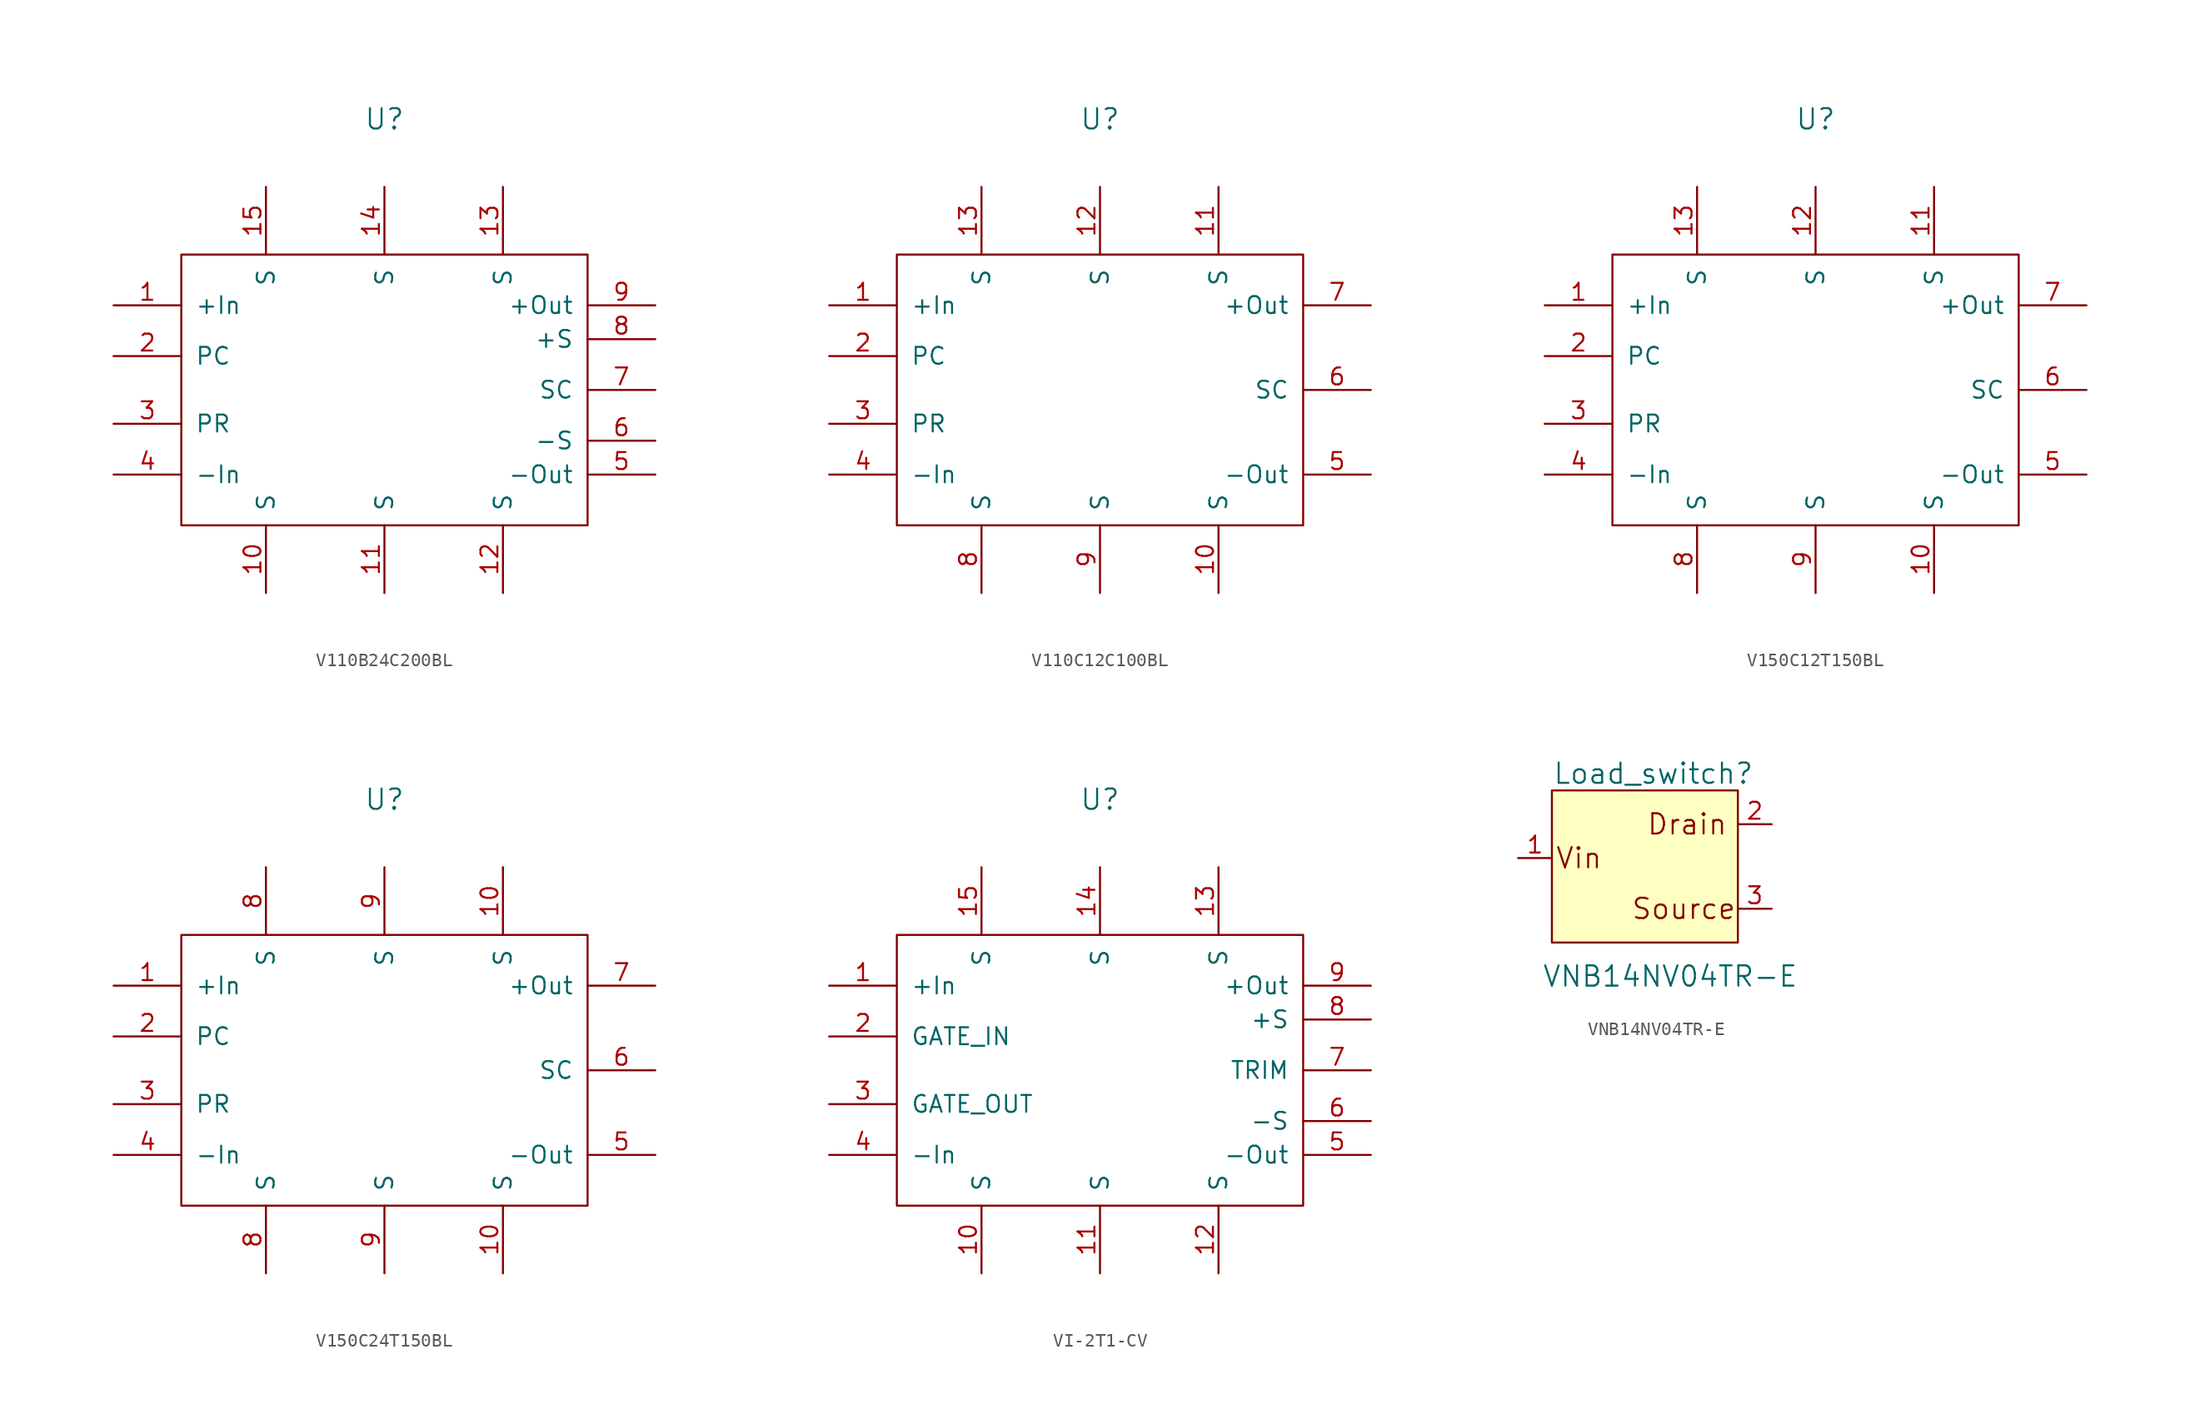
<source format=kicad_sym>
(kicad_symbol_lib
  (version 20220914)
  (generator kicad_symbol_editor)
  (symbol "V110B24C200BL"
    (pin_names
      (offset 1.016))
    (property "Reference" "U"
      (at 0 20.32 0)
      (effects (font (size 1.524 1.524))))
    (symbol "V110B24C200BL_0_1"
      (rectangle (start -15.24 10.16) (end 15.24 -10.16) (stroke (width 0) (type default)) (fill (type none))))
    (symbol "V110B24C200BL_1_1"
      (pin input line (at -20.32 6.35 0) (length 5.08) (name "+In" (effects (font (size 1.27 1.27)))) (number "1" (effects (font (size 1.27 1.27)))))
      (pin input line (at -8.89 -15.24 90) (length 5.08) (name "S" (effects (font (size 1.27 1.27)))) (number "10" (effects (font (size 1.27 1.27)))))
      (pin input line (at 0 -15.24 90) (length 5.08) (name "S" (effects (font (size 1.27 1.27)))) (number "11" (effects (font (size 1.27 1.27)))))
      (pin input line (at 8.89 -15.24 90) (length 5.08) (name "S" (effects (font (size 1.27 1.27)))) (number "12" (effects (font (size 1.27 1.27)))))
      (pin input line (at 8.89 15.24 270) (length 5.08) (name "S" (effects (font (size 1.27 1.27)))) (number "13" (effects (font (size 1.27 1.27)))))
      (pin input line (at 0 15.24 270) (length 5.08) (name "S" (effects (font (size 1.27 1.27)))) (number "14" (effects (font (size 1.27 1.27)))))
      (pin input line (at -8.89 15.24 270) (length 5.08) (name "S" (effects (font (size 1.27 1.27)))) (number "15" (effects (font (size 1.27 1.27)))))
      (pin input line (at -20.32 2.54 0) (length 5.08) (name "PC" (effects (font (size 1.27 1.27)))) (number "2" (effects (font (size 1.27 1.27)))))
      (pin input line (at -20.32 -2.54 0) (length 5.08) (name "PR" (effects (font (size 1.27 1.27)))) (number "3" (effects (font (size 1.27 1.27)))))
      (pin input line (at -20.32 -6.35 0) (length 5.08) (name "-In" (effects (font (size 1.27 1.27)))) (number "4" (effects (font (size 1.27 1.27)))))
      (pin input line (at 20.32 -6.35 180) (length 5.08) (name "-Out" (effects (font (size 1.27 1.27)))) (number "5" (effects (font (size 1.27 1.27)))))
      (pin input line (at 20.32 -3.81 180) (length 5.08) (name "-S" (effects (font (size 1.27 1.27)))) (number "6" (effects (font (size 1.27 1.27)))))
      (pin input line (at 20.32 0 180) (length 5.08) (name "SC" (effects (font (size 1.27 1.27)))) (number "7" (effects (font (size 1.27 1.27)))))
      (pin input line (at 20.32 3.81 180) (length 5.08) (name "+S" (effects (font (size 1.27 1.27)))) (number "8" (effects (font (size 1.27 1.27)))))
      (pin input line (at 20.32 6.35 180) (length 5.08) (name "+Out" (effects (font (size 1.27 1.27)))) (number "9" (effects (font (size 1.27 1.27)))))))
  (symbol "V110C12C100BL"
    (pin_names
      (offset 1.016))
    (property "Reference" "U"
      (at 0 20.32 0)
      (effects (font (size 1.524 1.524))))
    (symbol "V110C12C100BL_0_1"
      (rectangle (start -15.24 10.16) (end 15.24 -10.16) (stroke (width 0) (type default)) (fill (type none))))
    (symbol "V110C12C100BL_1_1"
      (pin input line (at -20.32 6.35 0) (length 5.08) (name "+In" (effects (font (size 1.27 1.27)))) (number "1" (effects (font (size 1.27 1.27)))))
      (pin input line (at 8.89 -15.24 90) (length 5.08) (name "S" (effects (font (size 1.27 1.27)))) (number "10" (effects (font (size 1.27 1.27)))))
      (pin input line (at 8.89 15.24 270) (length 5.08) (name "S" (effects (font (size 1.27 1.27)))) (number "11" (effects (font (size 1.27 1.27)))))
      (pin input line (at 0 15.24 270) (length 5.08) (name "S" (effects (font (size 1.27 1.27)))) (number "12" (effects (font (size 1.27 1.27)))))
      (pin input line (at -8.89 15.24 270) (length 5.08) (name "S" (effects (font (size 1.27 1.27)))) (number "13" (effects (font (size 1.27 1.27)))))
      (pin input line (at -20.32 2.54 0) (length 5.08) (name "PC" (effects (font (size 1.27 1.27)))) (number "2" (effects (font (size 1.27 1.27)))))
      (pin input line (at -20.32 -2.54 0) (length 5.08) (name "PR" (effects (font (size 1.27 1.27)))) (number "3" (effects (font (size 1.27 1.27)))))
      (pin input line (at -20.32 -6.35 0) (length 5.08) (name "-In" (effects (font (size 1.27 1.27)))) (number "4" (effects (font (size 1.27 1.27)))))
      (pin input line (at 20.32 -6.35 180) (length 5.08) (name "-Out" (effects (font (size 1.27 1.27)))) (number "5" (effects (font (size 1.27 1.27)))))
      (pin input line (at 20.32 0 180) (length 5.08) (name "SC" (effects (font (size 1.27 1.27)))) (number "6" (effects (font (size 1.27 1.27)))))
      (pin input line (at 20.32 6.35 180) (length 5.08) (name "+Out" (effects (font (size 1.27 1.27)))) (number "7" (effects (font (size 1.27 1.27)))))
      (pin input line (at -8.89 -15.24 90) (length 5.08) (name "S" (effects (font (size 1.27 1.27)))) (number "8" (effects (font (size 1.27 1.27)))))
      (pin input line (at 0 -15.24 90) (length 5.08) (name "S" (effects (font (size 1.27 1.27)))) (number "9" (effects (font (size 1.27 1.27)))))))
  (symbol "V150C12T150BL"
    (pin_names
      (offset 1.016))
    (property "Reference" "U"
      (at 0 20.32 0)
      (effects (font (size 1.524 1.524))))
    (symbol "V150C12T150BL_0_1"
      (rectangle (start -15.24 10.16) (end 15.24 -10.16) (stroke (width 0) (type default)) (fill (type none))))
    (symbol "V150C12T150BL_1_1"
      (pin input line (at -20.32 6.35 0) (length 5.08) (name "+In" (effects (font (size 1.27 1.27)))) (number "1" (effects (font (size 1.27 1.27)))))
      (pin input line (at 8.89 -15.24 90) (length 5.08) (name "S" (effects (font (size 1.27 1.27)))) (number "10" (effects (font (size 1.27 1.27)))))
      (pin input line (at 8.89 15.24 270) (length 5.08) (name "S" (effects (font (size 1.27 1.27)))) (number "11" (effects (font (size 1.27 1.27)))))
      (pin input line (at 0 15.24 270) (length 5.08) (name "S" (effects (font (size 1.27 1.27)))) (number "12" (effects (font (size 1.27 1.27)))))
      (pin input line (at -8.89 15.24 270) (length 5.08) (name "S" (effects (font (size 1.27 1.27)))) (number "13" (effects (font (size 1.27 1.27)))))
      (pin input line (at -20.32 2.54 0) (length 5.08) (name "PC" (effects (font (size 1.27 1.27)))) (number "2" (effects (font (size 1.27 1.27)))))
      (pin input line (at -20.32 -2.54 0) (length 5.08) (name "PR" (effects (font (size 1.27 1.27)))) (number "3" (effects (font (size 1.27 1.27)))))
      (pin input line (at -20.32 -6.35 0) (length 5.08) (name "-In" (effects (font (size 1.27 1.27)))) (number "4" (effects (font (size 1.27 1.27)))))
      (pin input line (at 20.32 -6.35 180) (length 5.08) (name "-Out" (effects (font (size 1.27 1.27)))) (number "5" (effects (font (size 1.27 1.27)))))
      (pin input line (at 20.32 0 180) (length 5.08) (name "SC" (effects (font (size 1.27 1.27)))) (number "6" (effects (font (size 1.27 1.27)))))
      (pin input line (at 20.32 6.35 180) (length 5.08) (name "+Out" (effects (font (size 1.27 1.27)))) (number "7" (effects (font (size 1.27 1.27)))))
      (pin input line (at -8.89 -15.24 90) (length 5.08) (name "S" (effects (font (size 1.27 1.27)))) (number "8" (effects (font (size 1.27 1.27)))))
      (pin input line (at 0 -15.24 90) (length 5.08) (name "S" (effects (font (size 1.27 1.27)))) (number "9" (effects (font (size 1.27 1.27)))))))
  (symbol "V150C24T150BL"
    (pin_names
      (offset 1.016))
    (property "Reference" "U"
      (at 0 20.32 0)
      (effects (font (size 1.524 1.524))))
    (symbol "V150C24T150BL_0_1"
      (rectangle (start -15.24 10.16) (end 15.24 -10.16) (stroke (width 0) (type default)) (fill (type none))))
    (symbol "V150C24T150BL_1_1"
      (pin input line (at -20.32 6.35 0) (length 5.08) (name "+In" (effects (font (size 1.27 1.27)))) (number "1" (effects (font (size 1.27 1.27)))))
      (pin input line (at 8.89 -15.24 90) (length 5.08) (name "S" (effects (font (size 1.27 1.27)))) (number "10" (effects (font (size 1.27 1.27)))))
      (pin input line (at 8.89 15.24 270) (length 5.08) (name "S" (effects (font (size 1.27 1.27)))) (number "10" (effects (font (size 1.27 1.27)))))
      (pin input line (at -20.32 2.54 0) (length 5.08) (name "PC" (effects (font (size 1.27 1.27)))) (number "2" (effects (font (size 1.27 1.27)))))
      (pin input line (at -20.32 -2.54 0) (length 5.08) (name "PR" (effects (font (size 1.27 1.27)))) (number "3" (effects (font (size 1.27 1.27)))))
      (pin input line (at -20.32 -6.35 0) (length 5.08) (name "-In" (effects (font (size 1.27 1.27)))) (number "4" (effects (font (size 1.27 1.27)))))
      (pin input line (at 20.32 -6.35 180) (length 5.08) (name "-Out" (effects (font (size 1.27 1.27)))) (number "5" (effects (font (size 1.27 1.27)))))
      (pin input line (at 20.32 0 180) (length 5.08) (name "SC" (effects (font (size 1.27 1.27)))) (number "6" (effects (font (size 1.27 1.27)))))
      (pin input line (at 20.32 6.35 180) (length 5.08) (name "+Out" (effects (font (size 1.27 1.27)))) (number "7" (effects (font (size 1.27 1.27)))))
      (pin input line (at -8.89 -15.24 90) (length 5.08) (name "S" (effects (font (size 1.27 1.27)))) (number "8" (effects (font (size 1.27 1.27)))))
      (pin input line (at -8.89 15.24 270) (length 5.08) (name "S" (effects (font (size 1.27 1.27)))) (number "8" (effects (font (size 1.27 1.27)))))
      (pin input line (at 0 -15.24 90) (length 5.08) (name "S" (effects (font (size 1.27 1.27)))) (number "9" (effects (font (size 1.27 1.27)))))
      (pin input line (at 0 15.24 270) (length 5.08) (name "S" (effects (font (size 1.27 1.27)))) (number "9" (effects (font (size 1.27 1.27)))))))
  (symbol "VI-2T1-CV"
    (pin_names
      (offset 1.016))
    (property "Reference" "U"
      (at 0 20.32 0)
      (effects (font (size 1.524 1.524))))
    (symbol "VI-2T1-CV_0_1"
      (rectangle (start -15.24 10.16) (end 15.24 -10.16) (stroke (width 0) (type default)) (fill (type none))))
    (symbol "VI-2T1-CV_1_1"
      (pin input line (at -20.32 6.35 0) (length 5.08) (name "+In" (effects (font (size 1.27 1.27)))) (number "1" (effects (font (size 1.27 1.27)))))
      (pin input line (at -8.89 -15.24 90) (length 5.08) (name "S" (effects (font (size 1.27 1.27)))) (number "10" (effects (font (size 1.27 1.27)))))
      (pin input line (at 0 -15.24 90) (length 5.08) (name "S" (effects (font (size 1.27 1.27)))) (number "11" (effects (font (size 1.27 1.27)))))
      (pin input line (at 8.89 -15.24 90) (length 5.08) (name "S" (effects (font (size 1.27 1.27)))) (number "12" (effects (font (size 1.27 1.27)))))
      (pin input line (at 8.89 15.24 270) (length 5.08) (name "S" (effects (font (size 1.27 1.27)))) (number "13" (effects (font (size 1.27 1.27)))))
      (pin input line (at 0 15.24 270) (length 5.08) (name "S" (effects (font (size 1.27 1.27)))) (number "14" (effects (font (size 1.27 1.27)))))
      (pin input line (at -8.89 15.24 270) (length 5.08) (name "S" (effects (font (size 1.27 1.27)))) (number "15" (effects (font (size 1.27 1.27)))))
      (pin input line (at -20.32 2.54 0) (length 5.08) (name "GATE_IN" (effects (font (size 1.27 1.27)))) (number "2" (effects (font (size 1.27 1.27)))))
      (pin input line (at -20.32 -2.54 0) (length 5.08) (name "GATE_OUT" (effects (font (size 1.27 1.27)))) (number "3" (effects (font (size 1.27 1.27)))))
      (pin input line (at -20.32 -6.35 0) (length 5.08) (name "-In" (effects (font (size 1.27 1.27)))) (number "4" (effects (font (size 1.27 1.27)))))
      (pin input line (at 20.32 -6.35 180) (length 5.08) (name "-Out" (effects (font (size 1.27 1.27)))) (number "5" (effects (font (size 1.27 1.27)))))
      (pin input line (at 20.32 -3.81 180) (length 5.08) (name "-S" (effects (font (size 1.27 1.27)))) (number "6" (effects (font (size 1.27 1.27)))))
      (pin input line (at 20.32 0 180) (length 5.08) (name "TRIM" (effects (font (size 1.27 1.27)))) (number "7" (effects (font (size 1.27 1.27)))))
      (pin input line (at 20.32 3.81 180) (length 5.08) (name "+S" (effects (font (size 1.27 1.27)))) (number "8" (effects (font (size 1.27 1.27)))))
      (pin input line (at 20.32 6.35 180) (length 5.08) (name "+Out" (effects (font (size 1.27 1.27)))) (number "9" (effects (font (size 1.27 1.27)))))))
  (symbol "VNB14NV04TR-E"
    (pin_names
      (offset 0) hide)
    (property "Reference" "Load_switch"
      (at -1.27 5.08 0)
      (effects (font (size 1.524 1.524))))
    (property "Value" "VNB14NV04TR-E"
      (at 0 -10.16 0)
      (effects (font (size 1.524 1.524))))
    (symbol "VNB14NV04TR-E_0_0"
      (rectangle (start -8.89 -7.62) (end 5.08 3.81) (stroke (width 0) (type default)) (fill (type background)))
      (text "Drain" (at 1.27 1.27 0) (effects (font (size 1.524 1.524))))
      (text "Source" (at 1.016 -5.08 0) (effects (font (size 1.524 1.524))))
      (text "Vin" (at -6.858 -1.27 0) (effects (font (size 1.524 1.524)))))
    (symbol "VNB14NV04TR-E_1_1"
      (pin input line (at -11.43 -1.27 0) (length 2.54) (name "Vin" (effects (font (size 1.27 1.27)))) (number "1" (effects (font (size 1.27 1.27)))))
      (pin input line (at 7.62 1.27 180) (length 2.54) (name "Vout_(TAB)" (effects (font (size 1.27 1.27)))) (number "2" (effects (font (size 1.27 1.27)))))
      (pin input line (at 7.62 -5.08 180) (length 2.54) (name "Vout" (effects (font (size 1.27 1.27)))) (number "3" (effects (font (size 1.27 1.27))))))))
</source>
